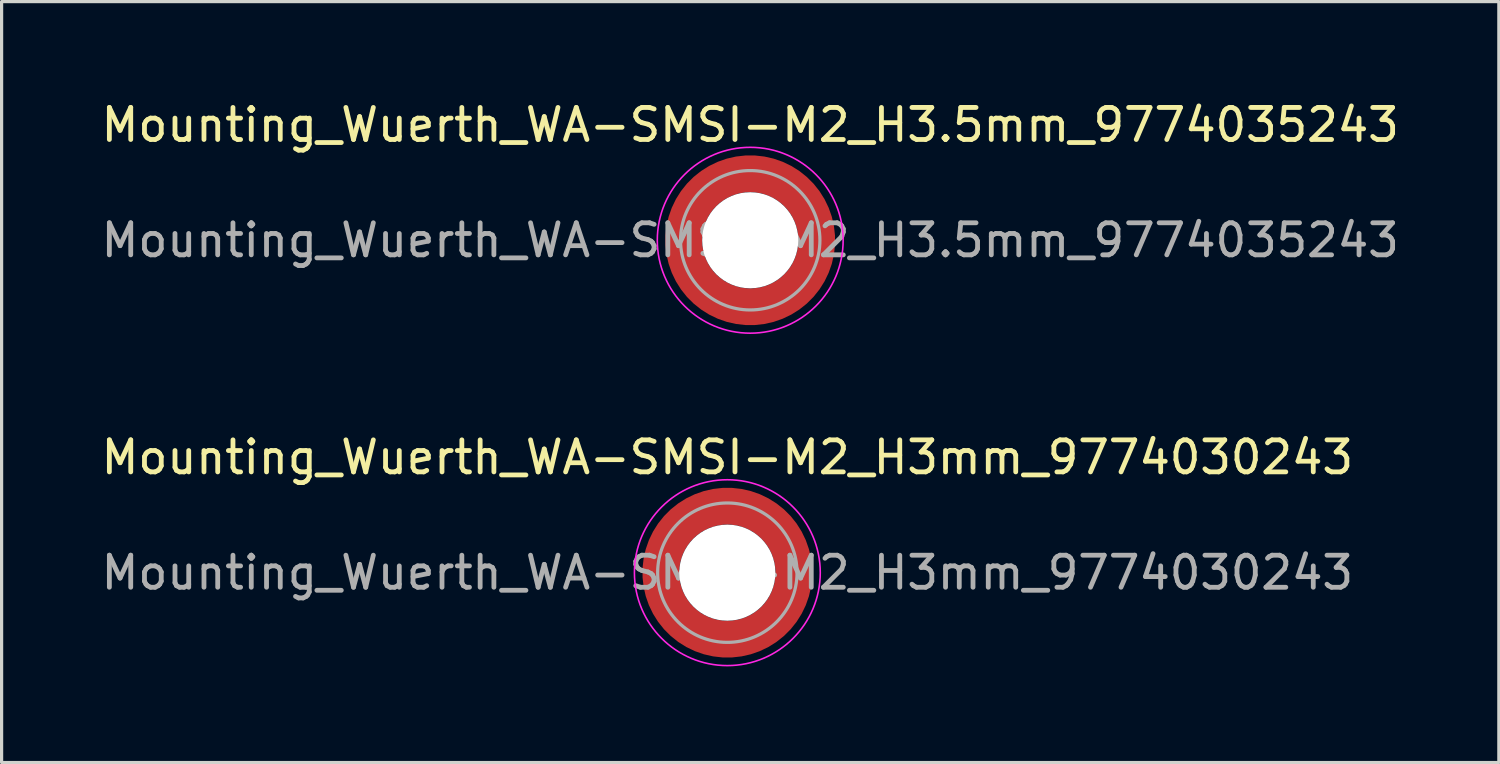
<source format=kicad_pcb>
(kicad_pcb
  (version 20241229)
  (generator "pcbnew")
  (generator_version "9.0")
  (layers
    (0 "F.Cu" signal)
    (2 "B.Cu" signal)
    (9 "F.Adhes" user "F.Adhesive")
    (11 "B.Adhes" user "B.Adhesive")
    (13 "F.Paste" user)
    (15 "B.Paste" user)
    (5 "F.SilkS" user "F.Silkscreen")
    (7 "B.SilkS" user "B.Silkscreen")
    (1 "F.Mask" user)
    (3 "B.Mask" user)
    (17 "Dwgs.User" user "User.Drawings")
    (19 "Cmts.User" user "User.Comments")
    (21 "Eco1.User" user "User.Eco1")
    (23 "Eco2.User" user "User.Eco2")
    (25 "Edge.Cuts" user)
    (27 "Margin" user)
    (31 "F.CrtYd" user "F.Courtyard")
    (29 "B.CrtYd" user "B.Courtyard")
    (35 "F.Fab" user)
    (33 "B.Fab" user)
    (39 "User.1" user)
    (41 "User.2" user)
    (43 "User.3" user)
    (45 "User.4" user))
  (footprint "Mounting_Wuerth_WA-SMSI-M2_H3.5mm_9774035243"
    (layer "F.Cu")
    (at 20.363 4.448)
    (property "Reference" "Mounting_Wuerth_WA-SMSI-M2_H3.5mm_9774035243" (at 0 -3.6 0) (layer "F.SilkS") (effects (font (size 1 1) (thickness 0.15))))
    (attr smd allow_soldermask_bridges)
    (fp_circle (center 0 0) (end 2.9 0) (stroke (width 0.05) (type solid)) (fill no) (layer "F.CrtYd"))
    (fp_circle (center 0 0) (end 2.175 0) (stroke (width 0.1) (type solid)) (fill no) (layer "F.Fab"))
    (fp_text user "${REFERENCE}" (at 0 0 0) (layer "F.Fab") (effects (font (size 1 1) (thickness 0.15))))
    (pad "" smd custom (at -1.453 -1.453) (size 0.505 0.505) (layers "F.Paste") (options (anchor circle)) (primitives (gr_arc (start -0.147677 1.053104) (mid 0.286378 0.286378) (end 1.053104 -0.147677) (width 0.2)) (gr_arc (start -0.240295 1.053104) (mid 0.222739 0.222739) (end 1.053104 -0.240295) (width 0.2)) (gr_arc (start -0.332645 1.053104) (mid 0.159099 0.159099) (end 1.053104 -0.332645) (width 0.2)) (gr_arc (start -0.424767 1.053104) (mid 0.095459 0.095459) (end 1.053104 -0.424767) (width 0.2)) (gr_arc (start -0.516693 1.053104) (mid 0.03182 0.03182) (end 1.053104 -0.516693) (width 0.2)) (gr_arc (start -0.608448 1.053104) (mid -0.03182 -0.03182) (end 1.053104 -0.608448) (width 0.2)) (gr_arc (start -0.700056 1.053104) (mid -0.095459 -0.095459) (end 1.053104 -0.700056) (width 0.2)) (gr_arc (start -0.791534 1.053104) (mid -0.159099 -0.159099) (end 1.053104 -0.791534) (width 0.2)) (gr_arc (start -0.882896 1.053104) (mid -0.222739 -0.222739) (end 1.053104 -0.882896) (width 0.2)) (gr_arc (start -0.974157 1.053104) (mid -0.286378 -0.286378) (end 1.053104 -0.974157) (width 0.2)) (gr_line (start 1.053 -0.148) (end 1.053 -0.974) (width 0.2)) (gr_line (start -0.148 1.053) (end -0.974 1.053) (width 0.2))))
    (pad "" smd custom (at -1.453 1.453) (size 0.505 0.505) (layers "F.Paste") (options (anchor circle)) (primitives (gr_arc (start 1.053104 0.147677) (mid 0.286378 -0.286378) (end -0.147677 -1.053104) (width 0.2)) (gr_arc (start 1.053104 0.240295) (mid 0.222739 -0.222739) (end -0.240295 -1.053104) (width 0.2)) (gr_arc (start 1.053104 0.332645) (mid 0.159099 -0.159099) (end -0.332645 -1.053104) (width 0.2)) (gr_arc (start 1.053104 0.424767) (mid 0.095459 -0.095459) (end -0.424767 -1.053104) (width 0.2)) (gr_arc (start 1.053104 0.516693) (mid 0.03182 -0.03182) (end -0.516693 -1.053104) (width 0.2)) (gr_arc (start 1.053104 0.608448) (mid -0.03182 0.03182) (end -0.608448 -1.053104) (width 0.2)) (gr_arc (start 1.053104 0.700056) (mid -0.095459 0.095459) (end -0.700056 -1.053104) (width 0.2)) (gr_arc (start 1.053104 0.791534) (mid -0.159099 0.159099) (end -0.791534 -1.053104) (width 0.2)) (gr_arc (start 1.053104 0.882896) (mid -0.222739 0.222739) (end -0.882896 -1.053104) (width 0.2)) (gr_arc (start 1.053104 0.974157) (mid -0.286378 0.286378) (end -0.974157 -1.053104) (width 0.2)) (gr_line (start -0.148 -1.053) (end -0.974 -1.053) (width 0.2)) (gr_line (start 1.053 0.148) (end 1.053 0.974) (width 0.2))))
    (pad "" np_thru_hole circle (at 0 0) (size 3 3) (drill 3) (layers "*.Cu" "*.Mask"))
    (pad "" smd custom (at 1.453 -1.453) (size 0.505 0.505) (layers "F.Paste") (options (anchor circle)) (primitives (gr_arc (start -1.053104 -0.147677) (mid -0.286378 0.286378) (end 0.147677 1.053104) (width 0.2)) (gr_arc (start -1.053104 -0.240295) (mid -0.222739 0.222739) (end 0.240295 1.053104) (width 0.2)) (gr_arc (start -1.053104 -0.332645) (mid -0.159099 0.159099) (end 0.332645 1.053104) (width 0.2)) (gr_arc (start -1.053104 -0.424767) (mid -0.095459 0.095459) (end 0.424767 1.053104) (width 0.2)) (gr_arc (start -1.053104 -0.516693) (mid -0.03182 0.03182) (end 0.516693 1.053104) (width 0.2)) (gr_arc (start -1.053104 -0.608448) (mid 0.03182 -0.03182) (end 0.608448 1.053104) (width 0.2)) (gr_arc (start -1.053104 -0.700056) (mid 0.095459 -0.095459) (end 0.700056 1.053104) (width 0.2)) (gr_arc (start -1.053104 -0.791534) (mid 0.159099 -0.159099) (end 0.791534 1.053104) (width 0.2)) (gr_arc (start -1.053104 -0.882896) (mid 0.222739 -0.222739) (end 0.882896 1.053104) (width 0.2)) (gr_arc (start -1.053104 -0.974157) (mid 0.286378 -0.286378) (end 0.974157 1.053104) (width 0.2)) (gr_line (start 0.148 1.053) (end 0.974 1.053) (width 0.2)) (gr_line (start -1.053 -0.148) (end -1.053 -0.974) (width 0.2))))
    (pad "" smd custom (at 1.453 1.453) (size 0.505 0.505) (layers "F.Paste") (options (anchor circle)) (primitives (gr_arc (start 0.147677 -1.053104) (mid -0.286378 -0.286378) (end -1.053104 0.147677) (width 0.2)) (gr_arc (start 0.240295 -1.053104) (mid -0.222739 -0.222739) (end -1.053104 0.240295) (width 0.2)) (gr_arc (start 0.332645 -1.053104) (mid -0.159099 -0.159099) (end -1.053104 0.332645) (width 0.2)) (gr_arc (start 0.424767 -1.053104) (mid -0.095459 -0.095459) (end -1.053104 0.424767) (width 0.2)) (gr_arc (start 0.516693 -1.053104) (mid -0.03182 -0.03182) (end -1.053104 0.516693) (width 0.2)) (gr_arc (start 0.608448 -1.053104) (mid 0.03182 0.03182) (end -1.053104 0.608448) (width 0.2)) (gr_arc (start 0.700056 -1.053104) (mid 0.095459 0.095459) (end -1.053104 0.700056) (width 0.2)) (gr_arc (start 0.791534 -1.053104) (mid 0.159099 0.159099) (end -1.053104 0.791534) (width 0.2)) (gr_arc (start 0.882896 -1.053104) (mid 0.222739 0.222739) (end -1.053104 0.882896) (width 0.2)) (gr_arc (start 0.974157 -1.053104) (mid 0.286378 0.286378) (end -1.053104 0.974157) (width 0.2)) (gr_line (start -1.053 0.148) (end -1.053 0.974) (width 0.2)) (gr_line (start 0.148 -1.053) (end 0.974 -1.053) (width 0.2))))
    (pad "1" smd circle (at -2.075 0) (size 0.642 0.642) (layers "F.Cu"))
    (pad "1" smd circle (at 0 -2.075) (size 0.642 0.642) (layers "F.Cu"))
    (pad "1" smd circle (at 0 2.075) (size 0.642 0.642) (layers "F.Cu"))
    (pad "1" smd custom (at 2.075 0) (size 1.15 1.15) (layers "F.Cu" "F.Mask") (options (anchor circle)) (primitives (gr_circle (center -2.075 0) (end 0 0) (width 1.15) (fill no)))))
  (footprint "Mounting_Wuerth_WA-SMSI-M2_H3mm_9774030243"
    (layer "F.Cu")
    (at 19.649 14.822)
    (property "Reference" "Mounting_Wuerth_WA-SMSI-M2_H3mm_9774030243" (at 0 -3.6 0) (layer "F.SilkS") (effects (font (size 1 1) (thickness 0.15))))
    (attr smd allow_soldermask_bridges)
    (fp_circle (center 0 0) (end 2.9 0) (stroke (width 0.05) (type solid)) (fill no) (layer "F.CrtYd"))
    (fp_circle (center 0 0) (end 2.175 0) (stroke (width 0.1) (type solid)) (fill no) (layer "F.Fab"))
    (fp_text user "${REFERENCE}" (at 0 0 0) (layer "F.Fab") (effects (font (size 1 1) (thickness 0.15))))
    (pad "" smd custom (at -1.453 -1.453) (size 0.505 0.505) (layers "F.Paste") (options (anchor circle)) (primitives (gr_arc (start -0.147677 1.053104) (mid 0.286378 0.286378) (end 1.053104 -0.147677) (width 0.2)) (gr_arc (start -0.240295 1.053104) (mid 0.222739 0.222739) (end 1.053104 -0.240295) (width 0.2)) (gr_arc (start -0.332645 1.053104) (mid 0.159099 0.159099) (end 1.053104 -0.332645) (width 0.2)) (gr_arc (start -0.424767 1.053104) (mid 0.095459 0.095459) (end 1.053104 -0.424767) (width 0.2)) (gr_arc (start -0.516693 1.053104) (mid 0.03182 0.03182) (end 1.053104 -0.516693) (width 0.2)) (gr_arc (start -0.608448 1.053104) (mid -0.03182 -0.03182) (end 1.053104 -0.608448) (width 0.2)) (gr_arc (start -0.700056 1.053104) (mid -0.095459 -0.095459) (end 1.053104 -0.700056) (width 0.2)) (gr_arc (start -0.791534 1.053104) (mid -0.159099 -0.159099) (end 1.053104 -0.791534) (width 0.2)) (gr_arc (start -0.882896 1.053104) (mid -0.222739 -0.222739) (end 1.053104 -0.882896) (width 0.2)) (gr_arc (start -0.974157 1.053104) (mid -0.286378 -0.286378) (end 1.053104 -0.974157) (width 0.2)) (gr_line (start 1.053 -0.148) (end 1.053 -0.974) (width 0.2)) (gr_line (start -0.148 1.053) (end -0.974 1.053) (width 0.2))))
    (pad "" smd custom (at -1.453 1.453) (size 0.505 0.505) (layers "F.Paste") (options (anchor circle)) (primitives (gr_arc (start 1.053104 0.147677) (mid 0.286378 -0.286378) (end -0.147677 -1.053104) (width 0.2)) (gr_arc (start 1.053104 0.240295) (mid 0.222739 -0.222739) (end -0.240295 -1.053104) (width 0.2)) (gr_arc (start 1.053104 0.332645) (mid 0.159099 -0.159099) (end -0.332645 -1.053104) (width 0.2)) (gr_arc (start 1.053104 0.424767) (mid 0.095459 -0.095459) (end -0.424767 -1.053104) (width 0.2)) (gr_arc (start 1.053104 0.516693) (mid 0.03182 -0.03182) (end -0.516693 -1.053104) (width 0.2)) (gr_arc (start 1.053104 0.608448) (mid -0.03182 0.03182) (end -0.608448 -1.053104) (width 0.2)) (gr_arc (start 1.053104 0.700056) (mid -0.095459 0.095459) (end -0.700056 -1.053104) (width 0.2)) (gr_arc (start 1.053104 0.791534) (mid -0.159099 0.159099) (end -0.791534 -1.053104) (width 0.2)) (gr_arc (start 1.053104 0.882896) (mid -0.222739 0.222739) (end -0.882896 -1.053104) (width 0.2)) (gr_arc (start 1.053104 0.974157) (mid -0.286378 0.286378) (end -0.974157 -1.053104) (width 0.2)) (gr_line (start -0.148 -1.053) (end -0.974 -1.053) (width 0.2)) (gr_line (start 1.053 0.148) (end 1.053 0.974) (width 0.2))))
    (pad "" np_thru_hole circle (at 0 0) (size 3 3) (drill 3) (layers "*.Cu" "*.Mask"))
    (pad "" smd custom (at 1.453 -1.453) (size 0.505 0.505) (layers "F.Paste") (options (anchor circle)) (primitives (gr_arc (start -1.053104 -0.147677) (mid -0.286378 0.286378) (end 0.147677 1.053104) (width 0.2)) (gr_arc (start -1.053104 -0.240295) (mid -0.222739 0.222739) (end 0.240295 1.053104) (width 0.2)) (gr_arc (start -1.053104 -0.332645) (mid -0.159099 0.159099) (end 0.332645 1.053104) (width 0.2)) (gr_arc (start -1.053104 -0.424767) (mid -0.095459 0.095459) (end 0.424767 1.053104) (width 0.2)) (gr_arc (start -1.053104 -0.516693) (mid -0.03182 0.03182) (end 0.516693 1.053104) (width 0.2)) (gr_arc (start -1.053104 -0.608448) (mid 0.03182 -0.03182) (end 0.608448 1.053104) (width 0.2)) (gr_arc (start -1.053104 -0.700056) (mid 0.095459 -0.095459) (end 0.700056 1.053104) (width 0.2)) (gr_arc (start -1.053104 -0.791534) (mid 0.159099 -0.159099) (end 0.791534 1.053104) (width 0.2)) (gr_arc (start -1.053104 -0.882896) (mid 0.222739 -0.222739) (end 0.882896 1.053104) (width 0.2)) (gr_arc (start -1.053104 -0.974157) (mid 0.286378 -0.286378) (end 0.974157 1.053104) (width 0.2)) (gr_line (start 0.148 1.053) (end 0.974 1.053) (width 0.2)) (gr_line (start -1.053 -0.148) (end -1.053 -0.974) (width 0.2))))
    (pad "" smd custom (at 1.453 1.453) (size 0.505 0.505) (layers "F.Paste") (options (anchor circle)) (primitives (gr_arc (start 0.147677 -1.053104) (mid -0.286378 -0.286378) (end -1.053104 0.147677) (width 0.2)) (gr_arc (start 0.240295 -1.053104) (mid -0.222739 -0.222739) (end -1.053104 0.240295) (width 0.2)) (gr_arc (start 0.332645 -1.053104) (mid -0.159099 -0.159099) (end -1.053104 0.332645) (width 0.2)) (gr_arc (start 0.424767 -1.053104) (mid -0.095459 -0.095459) (end -1.053104 0.424767) (width 0.2)) (gr_arc (start 0.516693 -1.053104) (mid -0.03182 -0.03182) (end -1.053104 0.516693) (width 0.2)) (gr_arc (start 0.608448 -1.053104) (mid 0.03182 0.03182) (end -1.053104 0.608448) (width 0.2)) (gr_arc (start 0.700056 -1.053104) (mid 0.095459 0.095459) (end -1.053104 0.700056) (width 0.2)) (gr_arc (start 0.791534 -1.053104) (mid 0.159099 0.159099) (end -1.053104 0.791534) (width 0.2)) (gr_arc (start 0.882896 -1.053104) (mid 0.222739 0.222739) (end -1.053104 0.882896) (width 0.2)) (gr_arc (start 0.974157 -1.053104) (mid 0.286378 0.286378) (end -1.053104 0.974157) (width 0.2)) (gr_line (start -1.053 0.148) (end -1.053 0.974) (width 0.2)) (gr_line (start 0.148 -1.053) (end 0.974 -1.053) (width 0.2))))
    (pad "1" smd circle (at -2.075 0) (size 0.642 0.642) (layers "F.Cu"))
    (pad "1" smd circle (at 0 -2.075) (size 0.642 0.642) (layers "F.Cu"))
    (pad "1" smd circle (at 0 2.075) (size 0.642 0.642) (layers "F.Cu"))
    (pad "1" smd custom (at 2.075 0) (size 1.15 1.15) (layers "F.Cu" "F.Mask") (options (anchor circle)) (primitives (gr_circle (center -2.075 0) (end 0 0) (width 1.15) (fill no)))))
  (gr_rect
    (start -3 -3)
    (end 43.726 20.747)
    (stroke (width 0.1) (type default))
    (fill no)
    (layer "Edge.Cuts")))
</source>
